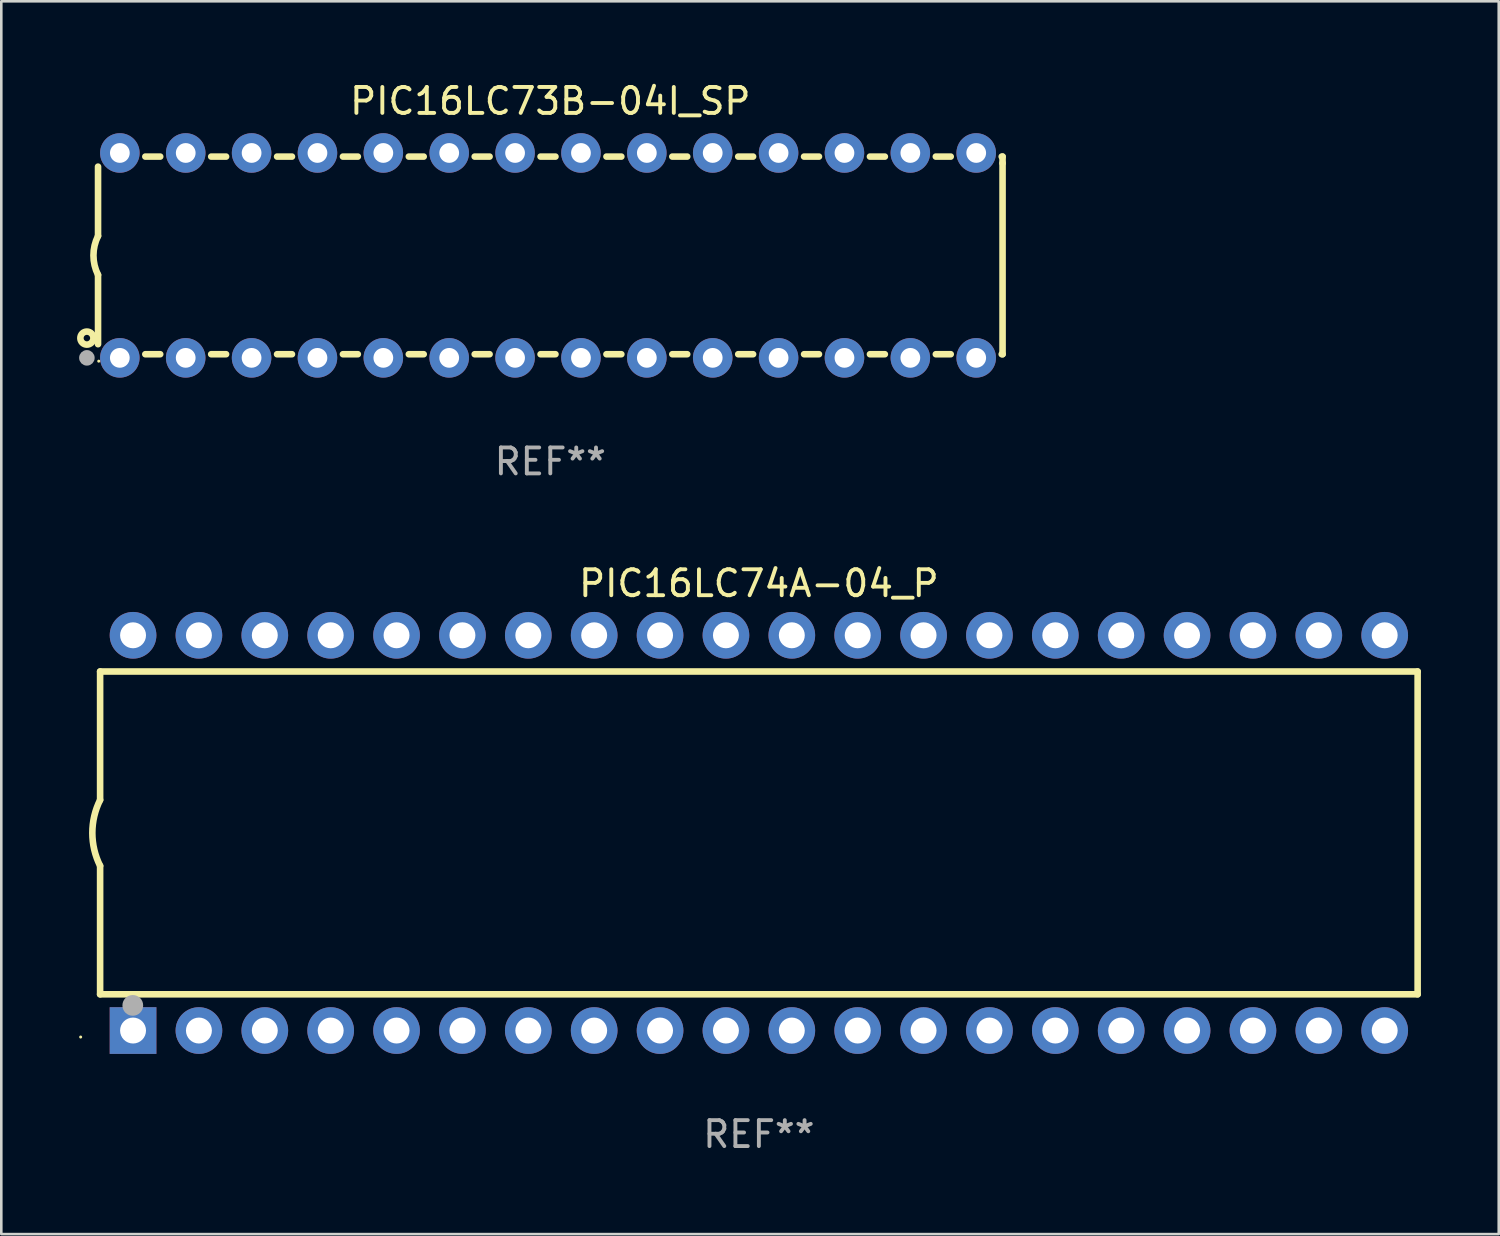
<source format=kicad_pcb>
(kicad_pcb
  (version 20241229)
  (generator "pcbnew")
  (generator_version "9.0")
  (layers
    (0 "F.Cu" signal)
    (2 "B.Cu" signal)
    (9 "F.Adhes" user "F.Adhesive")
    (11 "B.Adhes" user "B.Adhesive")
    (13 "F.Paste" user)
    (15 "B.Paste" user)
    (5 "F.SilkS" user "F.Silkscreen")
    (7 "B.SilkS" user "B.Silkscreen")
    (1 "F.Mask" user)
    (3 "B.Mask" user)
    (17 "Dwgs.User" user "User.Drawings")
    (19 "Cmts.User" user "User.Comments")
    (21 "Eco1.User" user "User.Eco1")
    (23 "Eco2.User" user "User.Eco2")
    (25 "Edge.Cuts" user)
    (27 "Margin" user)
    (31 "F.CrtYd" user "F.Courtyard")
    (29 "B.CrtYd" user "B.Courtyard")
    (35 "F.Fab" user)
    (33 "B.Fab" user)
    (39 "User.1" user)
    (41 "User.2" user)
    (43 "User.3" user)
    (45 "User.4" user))
  (footprint "PIC16LC74A-04_P"
    (layer "F.Cu")
    (at 26.21 29.065)
    (property "Reference" "PIC16LC74A-04_P" (at 0 -9.62 0) (layer "F.SilkS") (effects (font (size 1 1) (thickness 0.15))))
    (attr through_hole)
    (fp_line (start -25.4 -6.224) (end -25.4 -1.271) (stroke (width 0.254) (type solid)) (layer "F.SilkS"))
    (fp_line (start -25.4 -6.224) (end 25.4 -6.224) (stroke (width 0.254) (type solid)) (layer "F.SilkS"))
    (fp_line (start -25.4 1.269) (end -25.4 6.222) (stroke (width 0.254) (type solid)) (layer "F.SilkS"))
    (fp_line (start -25.4 6.222) (end 25.4 6.222) (stroke (width 0.254) (type solid)) (layer "F.SilkS"))
    (fp_line (start 25.4 6.222) (end 25.4 -6.224) (stroke (width 0.254) (type solid)) (layer "F.SilkS"))
    (fp_arc (start -25.4 1.269241) (mid -25.699807 -0.000762) (end -25.4 -1.270765) (stroke (width 0.254001) (type solid)) (layer "F.SilkS"))
    (fp_circle (center -26.15 7.87) (end -26.12 7.87) (stroke (width 0.06) (type solid)) (fill no) (layer "F.SilkS"))
    (fp_circle (center -24.14 6.65) (end -23.94 6.65) (stroke (width 0.4) (type solid)) (fill no) (layer "F.Fab"))
    (fp_text user "REF**" (at 0 11.62 0) (layer "F.Fab") (effects (font (size 1 1) (thickness 0.15))))
    (pad "1" thru_hole rect (at -24.13 7.62 90) (size 1.8 1.8) (drill 1) (layers "*.Cu" "*.Mask"))
    (pad "2" thru_hole circle (at -21.59 7.62) (size 1.8 1.8) (drill 1) (layers "*.Cu" "*.Mask"))
    (pad "3" thru_hole circle (at -19.05 7.62) (size 1.8 1.8) (drill 1) (layers "*.Cu" "*.Mask"))
    (pad "4" thru_hole circle (at -16.51 7.62) (size 1.8 1.8) (drill 1) (layers "*.Cu" "*.Mask"))
    (pad "5" thru_hole circle (at -13.97 7.62) (size 1.8 1.8) (drill 1) (layers "*.Cu" "*.Mask"))
    (pad "6" thru_hole circle (at -11.43 7.62) (size 1.8 1.8) (drill 1) (layers "*.Cu" "*.Mask"))
    (pad "7" thru_hole circle (at -8.89 7.62) (size 1.8 1.8) (drill 1) (layers "*.Cu" "*.Mask"))
    (pad "8" thru_hole circle (at -6.35 7.62) (size 1.8 1.8) (drill 1) (layers "*.Cu" "*.Mask"))
    (pad "9" thru_hole circle (at -3.81 7.62) (size 1.8 1.8) (drill 1) (layers "*.Cu" "*.Mask"))
    (pad "10" thru_hole circle (at -1.27 7.62) (size 1.8 1.8) (drill 1) (layers "*.Cu" "*.Mask"))
    (pad "11" thru_hole circle (at 1.27 7.62) (size 1.8 1.8) (drill 1) (layers "*.Cu" "*.Mask"))
    (pad "12" thru_hole circle (at 3.81 7.62) (size 1.8 1.8) (drill 1) (layers "*.Cu" "*.Mask"))
    (pad "13" thru_hole circle (at 6.35 7.62) (size 1.8 1.8) (drill 1) (layers "*.Cu" "*.Mask"))
    (pad "14" thru_hole circle (at 8.89 7.62) (size 1.8 1.8) (drill 1) (layers "*.Cu" "*.Mask"))
    (pad "15" thru_hole circle (at 11.43 7.62) (size 1.8 1.8) (drill 1) (layers "*.Cu" "*.Mask"))
    (pad "16" thru_hole circle (at 13.97 7.62) (size 1.8 1.8) (drill 1) (layers "*.Cu" "*.Mask"))
    (pad "17" thru_hole circle (at 16.51 7.62) (size 1.8 1.8) (drill 1) (layers "*.Cu" "*.Mask"))
    (pad "18" thru_hole circle (at 19.05 7.62) (size 1.8 1.8) (drill 1) (layers "*.Cu" "*.Mask"))
    (pad "19" thru_hole circle (at 21.59 7.62) (size 1.8 1.8) (drill 1) (layers "*.Cu" "*.Mask"))
    (pad "20" thru_hole circle (at 24.13 7.62) (size 1.8 1.8) (drill 1) (layers "*.Cu" "*.Mask"))
    (pad "21" thru_hole circle (at 24.13 -7.62) (size 1.8 1.8) (drill 1) (layers "*.Cu" "*.Mask"))
    (pad "22" thru_hole circle (at 21.59 -7.62) (size 1.8 1.8) (drill 1) (layers "*.Cu" "*.Mask"))
    (pad "23" thru_hole circle (at 19.05 -7.62) (size 1.8 1.8) (drill 1) (layers "*.Cu" "*.Mask"))
    (pad "24" thru_hole circle (at 16.51 -7.62) (size 1.8 1.8) (drill 1) (layers "*.Cu" "*.Mask"))
    (pad "25" thru_hole circle (at 13.97 -7.62) (size 1.8 1.8) (drill 1) (layers "*.Cu" "*.Mask"))
    (pad "26" thru_hole circle (at 11.43 -7.62) (size 1.8 1.8) (drill 1) (layers "*.Cu" "*.Mask"))
    (pad "27" thru_hole circle (at 8.89 -7.62) (size 1.8 1.8) (drill 1) (layers "*.Cu" "*.Mask"))
    (pad "28" thru_hole circle (at 6.35 -7.62) (size 1.8 1.8) (drill 1) (layers "*.Cu" "*.Mask"))
    (pad "29" thru_hole circle (at 3.81 -7.62) (size 1.8 1.8) (drill 1) (layers "*.Cu" "*.Mask"))
    (pad "30" thru_hole circle (at 1.27 -7.62) (size 1.8 1.8) (drill 1) (layers "*.Cu" "*.Mask"))
    (pad "31" thru_hole circle (at -1.27 -7.62) (size 1.8 1.8) (drill 1) (layers "*.Cu" "*.Mask"))
    (pad "32" thru_hole circle (at -3.81 -7.62) (size 1.8 1.8) (drill 1) (layers "*.Cu" "*.Mask"))
    (pad "33" thru_hole circle (at -6.35 -7.62) (size 1.8 1.8) (drill 1) (layers "*.Cu" "*.Mask"))
    (pad "34" thru_hole circle (at -8.89 -7.62) (size 1.8 1.8) (drill 1) (layers "*.Cu" "*.Mask"))
    (pad "35" thru_hole circle (at -11.43 -7.62) (size 1.8 1.8) (drill 1) (layers "*.Cu" "*.Mask"))
    (pad "36" thru_hole circle (at -13.97 -7.62) (size 1.8 1.8) (drill 1) (layers "*.Cu" "*.Mask"))
    (pad "37" thru_hole circle (at -16.51 -7.62) (size 1.8 1.8) (drill 1) (layers "*.Cu" "*.Mask"))
    (pad "38" thru_hole circle (at -19.05 -7.62) (size 1.8 1.8) (drill 1) (layers "*.Cu" "*.Mask"))
    (pad "39" thru_hole circle (at -21.59 -7.62) (size 1.8 1.8) (drill 1) (layers "*.Cu" "*.Mask"))
    (pad "40" thru_hole circle (at -24.13 -7.62) (size 1.8 1.8) (drill 1) (layers "*.Cu" "*.Mask")))
  (footprint "PIC16LC73B-04I_SP"
    (layer "F.Cu")
    (at 18.168 6.798)
    (property "Reference" "PIC16LC73B-04I_SP" (at 0 -5.95 0) (layer "F.SilkS") (effects (font (size 1 1) (thickness 0.15))))
    (attr through_hole)
    (fp_line (start -17.438 0.75) (end -17.438 3.423) (stroke (width 0.254) (type solid)) (layer "F.SilkS"))
    (fp_line (start -17.438 -3.423) (end -17.438 -0.75) (stroke (width 0.254) (type solid)) (layer "F.SilkS"))
    (fp_line (start -15.615 3.81) (end -15.041 3.81) (stroke (width 0.254) (type solid)) (layer "F.SilkS"))
    (fp_line (start -15.041 -3.81) (end -15.614 -3.81) (stroke (width 0.254) (type solid)) (layer "F.SilkS"))
    (fp_line (start -13.075 3.81) (end -12.501 3.81) (stroke (width 0.254) (type solid)) (layer "F.SilkS"))
    (fp_line (start -12.501 -3.81) (end -13.074 -3.81) (stroke (width 0.254) (type solid)) (layer "F.SilkS"))
    (fp_line (start -10.535 3.81) (end -9.961 3.81) (stroke (width 0.254) (type solid)) (layer "F.SilkS"))
    (fp_line (start -9.961 -3.81) (end -10.534 -3.81) (stroke (width 0.254) (type solid)) (layer "F.SilkS"))
    (fp_line (start -7.995 3.81) (end -7.421 3.81) (stroke (width 0.254) (type solid)) (layer "F.SilkS"))
    (fp_line (start -7.421 -3.81) (end -7.995 -3.81) (stroke (width 0.254) (type solid)) (layer "F.SilkS"))
    (fp_line (start -5.455 3.81) (end -4.881 3.81) (stroke (width 0.254) (type solid)) (layer "F.SilkS"))
    (fp_line (start -4.881 -3.81) (end -5.455 -3.81) (stroke (width 0.254) (type solid)) (layer "F.SilkS"))
    (fp_line (start -2.915 3.81) (end -2.341 3.81) (stroke (width 0.254) (type solid)) (layer "F.SilkS"))
    (fp_line (start -2.341 -3.81) (end -2.915 -3.81) (stroke (width 0.254) (type solid)) (layer "F.SilkS"))
    (fp_line (start -0.375 3.81) (end 0.199 3.81) (stroke (width 0.254) (type solid)) (layer "F.SilkS"))
    (fp_line (start 0.199 -3.81) (end -0.375 -3.81) (stroke (width 0.254) (type solid)) (layer "F.SilkS"))
    (fp_line (start 2.165 3.81) (end 2.739 3.81) (stroke (width 0.254) (type solid)) (layer "F.SilkS"))
    (fp_line (start 2.739 -3.81) (end 2.165 -3.81) (stroke (width 0.254) (type solid)) (layer "F.SilkS"))
    (fp_line (start 4.705 3.81) (end 5.279 3.81) (stroke (width 0.254) (type solid)) (layer "F.SilkS"))
    (fp_line (start 5.279 -3.81) (end 4.705 -3.81) (stroke (width 0.254) (type solid)) (layer "F.SilkS"))
    (fp_line (start 7.245 3.81) (end 7.819 3.81) (stroke (width 0.254) (type solid)) (layer "F.SilkS"))
    (fp_line (start 7.819 -3.81) (end 7.245 -3.81) (stroke (width 0.254) (type solid)) (layer "F.SilkS"))
    (fp_line (start 9.785 3.81) (end 10.359 3.81) (stroke (width 0.254) (type solid)) (layer "F.SilkS"))
    (fp_line (start 10.359 -3.81) (end 9.785 -3.81) (stroke (width 0.254) (type solid)) (layer "F.SilkS"))
    (fp_line (start 12.325 3.81) (end 12.899 3.81) (stroke (width 0.254) (type solid)) (layer "F.SilkS"))
    (fp_line (start 12.899 -3.81) (end 12.325 -3.81) (stroke (width 0.254) (type solid)) (layer "F.SilkS"))
    (fp_line (start 14.865 3.81) (end 15.439 3.81) (stroke (width 0.254) (type solid)) (layer "F.SilkS"))
    (fp_line (start 15.439 -3.81) (end 14.865 -3.81) (stroke (width 0.254) (type solid)) (layer "F.SilkS"))
    (fp_line (start 17.405 3.81) (end 17.438 3.81) (stroke (width 0.254) (type solid)) (layer "F.SilkS"))
    (fp_line (start 17.438 -3.81) (end 17.405 -3.81) (stroke (width 0.254) (type solid)) (layer "F.SilkS"))
    (fp_line (start 17.438 -3.556) (end 17.438 -3.81) (stroke (width 0.254) (type solid)) (layer "F.SilkS"))
    (fp_line (start 17.438 3.81) (end 17.438 -3.556) (stroke (width 0.254) (type solid)) (layer "F.SilkS"))
    (fp_arc (start -17.437986 0.749657) (mid -17.614887 -0.000024) (end -17.437783 -0.749657) (stroke (width 0.254001) (type solid)) (layer "F.SilkS"))
    (fp_circle (center -17.868 3.188) (end -17.743 3.188) (stroke (width 0.254) (type solid)) (fill no) (layer "F.SilkS"))
    (fp_circle (center -17.411 4.077) (end -17.381 4.077) (stroke (width 0.06) (type solid)) (fill no) (layer "F.SilkS"))
    (fp_circle (center -17.868 3.95) (end -17.718 3.95) (stroke (width 0.3) (type solid)) (fill no) (layer "F.Fab"))
    (fp_text user "REF**" (at 0 7.95 0) (layer "F.Fab") (effects (font (size 1 1) (thickness 0.15))))
    (pad "1" thru_hole circle (at -16.598 3.95) (size 1.524 1.524) (drill 0.762) (layers "*.Cu" "*.Mask"))
    (pad "2" thru_hole circle (at -14.058 3.95) (size 1.524 1.524) (drill 0.762) (layers "*.Cu" "*.Mask"))
    (pad "3" thru_hole circle (at -11.518 3.95) (size 1.524 1.524) (drill 0.762) (layers "*.Cu" "*.Mask"))
    (pad "4" thru_hole circle (at -8.978 3.95) (size 1.524 1.524) (drill 0.762) (layers "*.Cu" "*.Mask"))
    (pad "5" thru_hole circle (at -6.438 3.95) (size 1.524 1.524) (drill 0.762) (layers "*.Cu" "*.Mask"))
    (pad "6" thru_hole circle (at -3.898 3.95) (size 1.524 1.524) (drill 0.762) (layers "*.Cu" "*.Mask"))
    (pad "7" thru_hole circle (at -1.358 3.95) (size 1.524 1.524) (drill 0.762) (layers "*.Cu" "*.Mask"))
    (pad "8" thru_hole circle (at 1.182 3.95) (size 1.524 1.524) (drill 0.762) (layers "*.Cu" "*.Mask"))
    (pad "9" thru_hole circle (at 3.722 3.95) (size 1.524 1.524) (drill 0.762) (layers "*.Cu" "*.Mask"))
    (pad "10" thru_hole circle (at 6.262 3.95) (size 1.524 1.524) (drill 0.762) (layers "*.Cu" "*.Mask"))
    (pad "11" thru_hole circle (at 8.802 3.95) (size 1.524 1.524) (drill 0.762) (layers "*.Cu" "*.Mask"))
    (pad "12" thru_hole circle (at 11.342 3.95) (size 1.524 1.524) (drill 0.762) (layers "*.Cu" "*.Mask"))
    (pad "13" thru_hole circle (at 13.882 3.95) (size 1.524 1.524) (drill 0.762) (layers "*.Cu" "*.Mask"))
    (pad "14" thru_hole circle (at 16.422 3.95) (size 1.524 1.524) (drill 0.762) (layers "*.Cu" "*.Mask"))
    (pad "15" thru_hole circle (at 16.422 -3.95) (size 1.524 1.524) (drill 0.762) (layers "*.Cu" "*.Mask"))
    (pad "16" thru_hole circle (at 13.882 -3.95) (size 1.524 1.524) (drill 0.762) (layers "*.Cu" "*.Mask"))
    (pad "17" thru_hole circle (at 11.342 -3.95) (size 1.524 1.524) (drill 0.762) (layers "*.Cu" "*.Mask"))
    (pad "18" thru_hole circle (at 8.802 -3.95) (size 1.524 1.524) (drill 0.762) (layers "*.Cu" "*.Mask"))
    (pad "19" thru_hole circle (at 6.262 -3.95) (size 1.524 1.524) (drill 0.762) (layers "*.Cu" "*.Mask"))
    (pad "20" thru_hole circle (at 3.722 -3.95) (size 1.524 1.524) (drill 0.762) (layers "*.Cu" "*.Mask"))
    (pad "21" thru_hole circle (at 1.182 -3.95) (size 1.524 1.524) (drill 0.762) (layers "*.Cu" "*.Mask"))
    (pad "22" thru_hole circle (at -1.358 -3.95) (size 1.524 1.524) (drill 0.762) (layers "*.Cu" "*.Mask"))
    (pad "23" thru_hole circle (at -3.898 -3.95) (size 1.524 1.524) (drill 0.762) (layers "*.Cu" "*.Mask"))
    (pad "24" thru_hole circle (at -6.438 -3.95) (size 1.524 1.524) (drill 0.762) (layers "*.Cu" "*.Mask"))
    (pad "25" thru_hole circle (at -8.978 -3.95) (size 1.524 1.524) (drill 0.762) (layers "*.Cu" "*.Mask"))
    (pad "26" thru_hole circle (at -11.517 -3.95) (size 1.524 1.524) (drill 0.762) (layers "*.Cu" "*.Mask"))
    (pad "27" thru_hole circle (at -14.057 -3.95) (size 1.524 1.524) (drill 0.762) (layers "*.Cu" "*.Mask"))
    (pad "28" thru_hole circle (at -16.597 -3.95) (size 1.524 1.524) (drill 0.762) (layers "*.Cu" "*.Mask")))
  (gr_rect
    (start -3 -3)
    (end 54.737 44.533)
    (stroke (width 0.1) (type default))
    (fill no)
    (layer "Edge.Cuts")))
</source>
